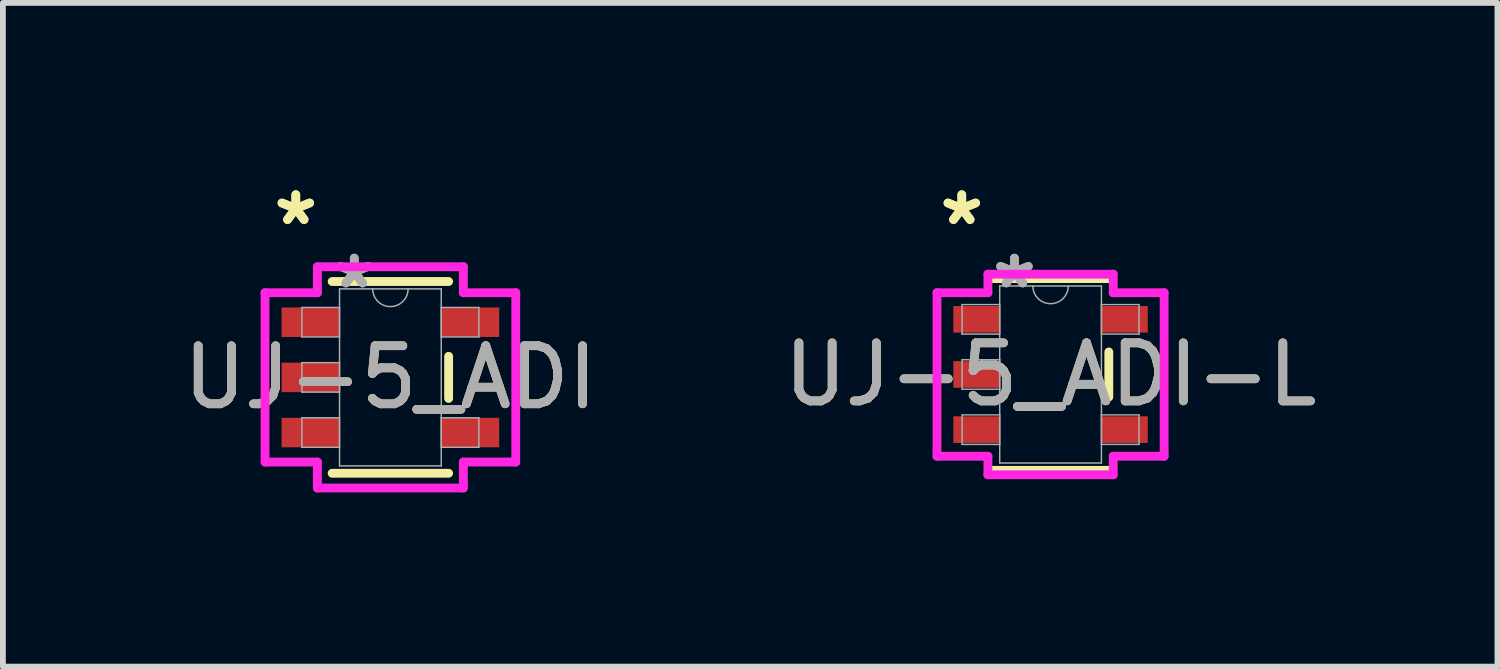
<source format=kicad_pcb>
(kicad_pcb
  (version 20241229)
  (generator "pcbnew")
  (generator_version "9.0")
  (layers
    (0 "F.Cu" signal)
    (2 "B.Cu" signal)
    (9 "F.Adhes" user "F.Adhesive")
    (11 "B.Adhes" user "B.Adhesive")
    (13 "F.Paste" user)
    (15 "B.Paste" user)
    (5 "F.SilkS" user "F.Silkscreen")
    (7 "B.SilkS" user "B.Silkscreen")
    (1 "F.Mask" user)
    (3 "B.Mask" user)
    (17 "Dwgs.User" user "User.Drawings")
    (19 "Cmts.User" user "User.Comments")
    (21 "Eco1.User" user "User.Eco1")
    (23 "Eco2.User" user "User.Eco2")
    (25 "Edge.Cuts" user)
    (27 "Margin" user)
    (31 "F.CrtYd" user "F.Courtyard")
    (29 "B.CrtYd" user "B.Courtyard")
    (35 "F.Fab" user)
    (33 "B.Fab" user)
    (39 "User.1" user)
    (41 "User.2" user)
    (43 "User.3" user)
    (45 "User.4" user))
  (footprint "UJ-5_ADI-L"
    (layer "F.Cu")
    (at 15.042 3.399)
    (property "Reference" "UJ-5_ADI-L" (at 0 0 0) (unlocked yes) (layer "F.SilkS") (effects (font (size 1 1) (thickness 0.15))))
    (attr smd)
    (fp_line (start -1.003 1.651) (end 1.003 1.651) (stroke (width 0.152) (type solid)) (layer "F.SilkS"))
    (fp_line (start 1.003 -1.651) (end -1.003 -1.651) (stroke (width 0.152) (type solid)) (layer "F.SilkS"))
    (fp_line (start 1.003 0.388) (end 1.003 -0.388) (stroke (width 0.152) (type solid)) (layer "F.SilkS"))
    (fp_line (start -1.956 -1.408) (end -1.079 -1.408) (stroke (width 0.152) (type solid)) (layer "F.CrtYd"))
    (fp_line (start -1.956 1.408) (end -1.956 -1.408) (stroke (width 0.152) (type solid)) (layer "F.CrtYd"))
    (fp_line (start -1.079 -1.727) (end 1.079 -1.727) (stroke (width 0.152) (type solid)) (layer "F.CrtYd"))
    (fp_line (start -1.079 -1.408) (end -1.079 -1.727) (stroke (width 0.152) (type solid)) (layer "F.CrtYd"))
    (fp_line (start -1.079 1.408) (end -1.956 1.408) (stroke (width 0.152) (type solid)) (layer "F.CrtYd"))
    (fp_line (start -1.079 1.727) (end -1.079 1.408) (stroke (width 0.152) (type solid)) (layer "F.CrtYd"))
    (fp_line (start 1.079 -1.727) (end 1.079 -1.408) (stroke (width 0.152) (type solid)) (layer "F.CrtYd"))
    (fp_line (start 1.079 -1.408) (end 1.956 -1.408) (stroke (width 0.152) (type solid)) (layer "F.CrtYd"))
    (fp_line (start 1.079 1.408) (end 1.079 1.727) (stroke (width 0.152) (type solid)) (layer "F.CrtYd"))
    (fp_line (start 1.079 1.727) (end -1.079 1.727) (stroke (width 0.152) (type solid)) (layer "F.CrtYd"))
    (fp_line (start 1.956 -1.408) (end 1.956 1.408) (stroke (width 0.152) (type solid)) (layer "F.CrtYd"))
    (fp_line (start 1.956 1.408) (end 1.079 1.408) (stroke (width 0.152) (type solid)) (layer "F.CrtYd"))
    (fp_line (start -1.524 -1.204) (end -1.524 -0.696) (stroke (width 0.025) (type solid)) (layer "F.Fab"))
    (fp_line (start -1.524 -0.696) (end -0.876 -0.696) (stroke (width 0.025) (type solid)) (layer "F.Fab"))
    (fp_line (start -1.524 -0.254) (end -1.524 0.254) (stroke (width 0.025) (type solid)) (layer "F.Fab"))
    (fp_line (start -1.524 0.254) (end -0.876 0.254) (stroke (width 0.025) (type solid)) (layer "F.Fab"))
    (fp_line (start -1.524 0.696) (end -1.524 1.204) (stroke (width 0.025) (type solid)) (layer "F.Fab"))
    (fp_line (start -1.524 1.204) (end -0.876 1.204) (stroke (width 0.025) (type solid)) (layer "F.Fab"))
    (fp_line (start -0.876 -1.524) (end -0.876 1.524) (stroke (width 0.025) (type solid)) (layer "F.Fab"))
    (fp_line (start -0.876 -1.204) (end -1.524 -1.204) (stroke (width 0.025) (type solid)) (layer "F.Fab"))
    (fp_line (start -0.876 -0.696) (end -0.876 -1.204) (stroke (width 0.025) (type solid)) (layer "F.Fab"))
    (fp_line (start -0.876 -0.254) (end -1.524 -0.254) (stroke (width 0.025) (type solid)) (layer "F.Fab"))
    (fp_line (start -0.876 0.254) (end -0.876 -0.254) (stroke (width 0.025) (type solid)) (layer "F.Fab"))
    (fp_line (start -0.876 0.696) (end -1.524 0.696) (stroke (width 0.025) (type solid)) (layer "F.Fab"))
    (fp_line (start -0.876 1.204) (end -0.876 0.696) (stroke (width 0.025) (type solid)) (layer "F.Fab"))
    (fp_line (start -0.876 1.524) (end 0.876 1.524) (stroke (width 0.025) (type solid)) (layer "F.Fab"))
    (fp_line (start 0.876 -1.524) (end -0.876 -1.524) (stroke (width 0.025) (type solid)) (layer "F.Fab"))
    (fp_line (start 0.876 -1.204) (end 0.876 -0.696) (stroke (width 0.025) (type solid)) (layer "F.Fab"))
    (fp_line (start 0.876 -0.696) (end 1.524 -0.696) (stroke (width 0.025) (type solid)) (layer "F.Fab"))
    (fp_line (start 0.876 0.696) (end 0.876 1.204) (stroke (width 0.025) (type solid)) (layer "F.Fab"))
    (fp_line (start 0.876 1.204) (end 1.524 1.204) (stroke (width 0.025) (type solid)) (layer "F.Fab"))
    (fp_line (start 0.876 1.524) (end 0.876 -1.524) (stroke (width 0.025) (type solid)) (layer "F.Fab"))
    (fp_line (start 1.524 -1.204) (end 0.876 -1.204) (stroke (width 0.025) (type solid)) (layer "F.Fab"))
    (fp_line (start 1.524 -0.696) (end 1.524 -1.204) (stroke (width 0.025) (type solid)) (layer "F.Fab"))
    (fp_line (start 1.524 0.696) (end 0.876 0.696) (stroke (width 0.025) (type solid)) (layer "F.Fab"))
    (fp_line (start 1.524 1.204) (end 1.524 0.696) (stroke (width 0.025) (type solid)) (layer "F.Fab"))
    (fp_arc (start 0.3048 -1.524) (mid 0 -1.2192) (end -0.3048 -1.524) (stroke (width 0.0254) (type solid)) (layer "F.Fab"))
    (fp_text user "*" (at -1.529 -2.551 0) (unlocked yes) (layer "F.SilkS") (effects (font (size 1 1) (thickness 0.15))))
    (fp_text user "*" (at -1.529 -2.551 0) (layer "F.SilkS") (effects (font (size 1 1) (thickness 0.15))))
    (fp_text user "*" (at -0.622 -1.459 0) (layer "F.Fab") (effects (font (size 1 1) (thickness 0.15))))
    (fp_text user "${REFERENCE}" (at 0 0 0) (unlocked yes) (layer "F.Fab") (effects (font (size 1 1) (thickness 0.15))))
    (fp_text user "*" (at -0.622 -1.459 0) (unlocked yes) (layer "F.Fab") (effects (font (size 1 1) (thickness 0.15))))
    (pad "1" smd rect (at -1.275 -0.95) (size 0.798 0.458) (layers "F.Cu" "F.Mask" "F.Paste"))
    (pad "2" smd rect (at -1.275 0) (size 0.798 0.458) (layers "F.Cu" "F.Mask" "F.Paste"))
    (pad "3" smd rect (at -1.275 0.95) (size 0.798 0.458) (layers "F.Cu" "F.Mask" "F.Paste"))
    (pad "4" smd rect (at 1.275 0.95) (size 0.798 0.458) (layers "F.Cu" "F.Mask" "F.Paste"))
    (pad "5" smd rect (at 1.275 -0.95) (size 0.798 0.458) (layers "F.Cu" "F.Mask" "F.Paste")))
  (footprint "UJ-5_ADI"
    (layer "F.Cu")
    (at 3.673 3.449)
    (property "Reference" "UJ-5_ADI" (at 0 0 0) (unlocked yes) (layer "F.SilkS") (effects (font (size 1 1) (thickness 0.15))))
    (attr smd)
    (fp_line (start -1.003 1.651) (end 1.003 1.651) (stroke (width 0.152) (type solid)) (layer "F.SilkS"))
    (fp_line (start 1.003 -1.651) (end -1.003 -1.651) (stroke (width 0.152) (type solid)) (layer "F.SilkS"))
    (fp_line (start 1.003 0.363) (end 1.003 -0.363) (stroke (width 0.152) (type solid)) (layer "F.SilkS"))
    (fp_line (start -2.159 -1.458) (end -1.257 -1.458) (stroke (width 0.152) (type solid)) (layer "F.CrtYd"))
    (fp_line (start -2.159 1.458) (end -2.159 -1.458) (stroke (width 0.152) (type solid)) (layer "F.CrtYd"))
    (fp_line (start -1.257 -1.905) (end 1.257 -1.905) (stroke (width 0.152) (type solid)) (layer "F.CrtYd"))
    (fp_line (start -1.257 -1.458) (end -1.257 -1.905) (stroke (width 0.152) (type solid)) (layer "F.CrtYd"))
    (fp_line (start -1.257 1.458) (end -2.159 1.458) (stroke (width 0.152) (type solid)) (layer "F.CrtYd"))
    (fp_line (start -1.257 1.905) (end -1.257 1.458) (stroke (width 0.152) (type solid)) (layer "F.CrtYd"))
    (fp_line (start 1.257 -1.905) (end 1.257 -1.458) (stroke (width 0.152) (type solid)) (layer "F.CrtYd"))
    (fp_line (start 1.257 -1.458) (end 2.159 -1.458) (stroke (width 0.152) (type solid)) (layer "F.CrtYd"))
    (fp_line (start 1.257 1.458) (end 1.257 1.905) (stroke (width 0.152) (type solid)) (layer "F.CrtYd"))
    (fp_line (start 1.257 1.905) (end -1.257 1.905) (stroke (width 0.152) (type solid)) (layer "F.CrtYd"))
    (fp_line (start 2.159 -1.458) (end 2.159 1.458) (stroke (width 0.152) (type solid)) (layer "F.CrtYd"))
    (fp_line (start 2.159 1.458) (end 1.257 1.458) (stroke (width 0.152) (type solid)) (layer "F.CrtYd"))
    (fp_line (start -1.524 -1.204) (end -1.524 -0.696) (stroke (width 0.025) (type solid)) (layer "F.Fab"))
    (fp_line (start -1.524 -0.696) (end -0.876 -0.696) (stroke (width 0.025) (type solid)) (layer "F.Fab"))
    (fp_line (start -1.524 -0.254) (end -1.524 0.254) (stroke (width 0.025) (type solid)) (layer "F.Fab"))
    (fp_line (start -1.524 0.254) (end -0.876 0.254) (stroke (width 0.025) (type solid)) (layer "F.Fab"))
    (fp_line (start -1.524 0.696) (end -1.524 1.204) (stroke (width 0.025) (type solid)) (layer "F.Fab"))
    (fp_line (start -1.524 1.204) (end -0.876 1.204) (stroke (width 0.025) (type solid)) (layer "F.Fab"))
    (fp_line (start -0.876 -1.524) (end -0.876 1.524) (stroke (width 0.025) (type solid)) (layer "F.Fab"))
    (fp_line (start -0.876 -1.204) (end -1.524 -1.204) (stroke (width 0.025) (type solid)) (layer "F.Fab"))
    (fp_line (start -0.876 -0.696) (end -0.876 -1.204) (stroke (width 0.025) (type solid)) (layer "F.Fab"))
    (fp_line (start -0.876 -0.254) (end -1.524 -0.254) (stroke (width 0.025) (type solid)) (layer "F.Fab"))
    (fp_line (start -0.876 0.254) (end -0.876 -0.254) (stroke (width 0.025) (type solid)) (layer "F.Fab"))
    (fp_line (start -0.876 0.696) (end -1.524 0.696) (stroke (width 0.025) (type solid)) (layer "F.Fab"))
    (fp_line (start -0.876 1.204) (end -0.876 0.696) (stroke (width 0.025) (type solid)) (layer "F.Fab"))
    (fp_line (start -0.876 1.524) (end 0.876 1.524) (stroke (width 0.025) (type solid)) (layer "F.Fab"))
    (fp_line (start 0.876 -1.524) (end -0.876 -1.524) (stroke (width 0.025) (type solid)) (layer "F.Fab"))
    (fp_line (start 0.876 -1.204) (end 0.876 -0.696) (stroke (width 0.025) (type solid)) (layer "F.Fab"))
    (fp_line (start 0.876 -0.696) (end 1.524 -0.696) (stroke (width 0.025) (type solid)) (layer "F.Fab"))
    (fp_line (start 0.876 0.696) (end 0.876 1.204) (stroke (width 0.025) (type solid)) (layer "F.Fab"))
    (fp_line (start 0.876 1.204) (end 1.524 1.204) (stroke (width 0.025) (type solid)) (layer "F.Fab"))
    (fp_line (start 0.876 1.524) (end 0.876 -1.524) (stroke (width 0.025) (type solid)) (layer "F.Fab"))
    (fp_line (start 1.524 -1.204) (end 0.876 -1.204) (stroke (width 0.025) (type solid)) (layer "F.Fab"))
    (fp_line (start 1.524 -0.696) (end 1.524 -1.204) (stroke (width 0.025) (type solid)) (layer "F.Fab"))
    (fp_line (start 1.524 0.696) (end 0.876 0.696) (stroke (width 0.025) (type solid)) (layer "F.Fab"))
    (fp_line (start 1.524 1.204) (end 1.524 0.696) (stroke (width 0.025) (type solid)) (layer "F.Fab"))
    (fp_arc (start 0.3048 -1.524) (mid 0 -1.2192) (end -0.3048 -1.524) (stroke (width 0.0254) (type solid)) (layer "F.Fab"))
    (fp_text user "*" (at -1.629 -2.601 0) (layer "F.SilkS") (effects (font (size 1 1) (thickness 0.15))))
    (fp_text user "*" (at -1.629 -2.601 0) (unlocked yes) (layer "F.SilkS") (effects (font (size 1 1) (thickness 0.15))))
    (fp_text user "*" (at -0.622 -1.509 0) (layer "F.Fab") (effects (font (size 1 1) (thickness 0.15))))
    (fp_text user "${REFERENCE}" (at 0 0 0) (unlocked yes) (layer "F.Fab") (effects (font (size 1 1) (thickness 0.15))))
    (fp_text user "*" (at -0.622 -1.509 0) (unlocked yes) (layer "F.Fab") (effects (font (size 1 1) (thickness 0.15))))
    (pad "1" smd rect (at -1.375 -0.95) (size 0.998 0.508) (layers "F.Cu" "F.Mask" "F.Paste"))
    (pad "2" smd rect (at -1.375 0) (size 0.998 0.508) (layers "F.Cu" "F.Mask" "F.Paste"))
    (pad "3" smd rect (at -1.375 0.95) (size 0.998 0.508) (layers "F.Cu" "F.Mask" "F.Paste"))
    (pad "4" smd rect (at 1.375 0.95) (size 0.998 0.508) (layers "F.Cu" "F.Mask" "F.Paste"))
    (pad "5" smd rect (at 1.375 -0.95) (size 0.998 0.508) (layers "F.Cu" "F.Mask" "F.Paste")))
  (gr_rect
    (start -3 -3)
    (end 22.738 8.43)
    (stroke (width 0.1) (type default))
    (fill no)
    (layer "Edge.Cuts")))
</source>
